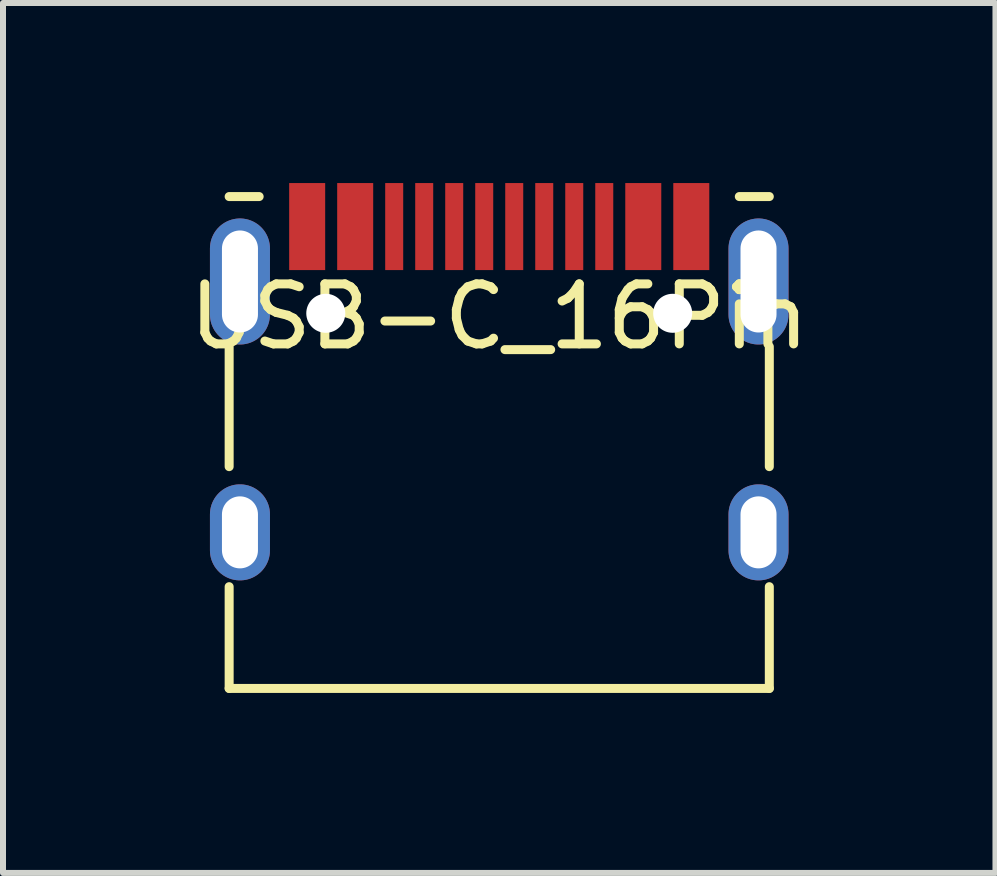
<source format=kicad_pcb>
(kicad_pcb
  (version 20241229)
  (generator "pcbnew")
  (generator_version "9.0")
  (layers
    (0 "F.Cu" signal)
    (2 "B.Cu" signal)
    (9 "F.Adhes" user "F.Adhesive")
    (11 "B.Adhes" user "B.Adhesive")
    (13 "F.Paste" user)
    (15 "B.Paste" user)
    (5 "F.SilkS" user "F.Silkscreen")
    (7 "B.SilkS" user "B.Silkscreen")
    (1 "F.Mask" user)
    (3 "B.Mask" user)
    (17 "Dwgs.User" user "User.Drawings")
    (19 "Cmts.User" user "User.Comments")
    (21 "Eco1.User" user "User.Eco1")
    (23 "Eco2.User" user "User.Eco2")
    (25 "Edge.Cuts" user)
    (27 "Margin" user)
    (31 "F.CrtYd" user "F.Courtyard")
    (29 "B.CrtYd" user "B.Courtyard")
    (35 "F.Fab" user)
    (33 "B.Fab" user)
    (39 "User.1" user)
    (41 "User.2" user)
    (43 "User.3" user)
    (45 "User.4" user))
  (footprint "USB-C_16Pin"
    (layer "F.Cu")
    (at 5.268 0.725)
    (property "Reference" "USB-C_16Pin" (at 0 1.5 0) (layer "F.SilkS") (effects (font (size 1 1) (thickness 0.15))))
    (attr through_hole)
    (fp_line (start -4.5 -0.5) (end -4 -0.5) (stroke (width 0.15) (type solid)) (layer "F.SilkS"))
    (fp_line (start -4.5 2) (end -4.5 4) (stroke (width 0.15) (type solid)) (layer "F.SilkS"))
    (fp_line (start -4.5 7.695) (end -4.5 6) (stroke (width 0.15) (type solid)) (layer "F.SilkS"))
    (fp_line (start 4 -0.5) (end 4.5 -0.5) (stroke (width 0.15) (type solid)) (layer "F.SilkS"))
    (fp_line (start 4.5 4) (end 4.5 2) (stroke (width 0.15) (type solid)) (layer "F.SilkS"))
    (fp_line (start 4.5 6) (end 4.5 7.695) (stroke (width 0.15) (type solid)) (layer "F.SilkS"))
    (fp_line (start 4.5 7.695) (end -4.5 7.695) (stroke (width 0.15) (type solid)) (layer "F.SilkS"))
    (pad "" np_thru_hole circle (at -2.89 1.445) (size 0.65 0.65) (drill 0.65) (layers "*.Cu" "*.Mask"))
    (pad "" np_thru_hole circle (at 2.89 1.445) (size 0.65 0.65) (drill 0.65) (layers "*.Cu" "*.Mask"))
    (pad "A1" smd rect (at -3.2 0) (size 0.6 1.45) (layers "F.Cu" "F.Mask" "F.Paste"))
    (pad "A4" smd rect (at -2.4 0) (size 0.6 1.45) (layers "F.Cu" "F.Mask" "F.Paste"))
    (pad "A5" smd rect (at -1.25 0) (size 0.3 1.45) (layers "F.Cu" "F.Mask" "F.Paste"))
    (pad "A6" smd rect (at -0.25 0) (size 0.3 1.45) (layers "F.Cu" "F.Mask" "F.Paste"))
    (pad "A7" smd rect (at 0.25 0) (size 0.3 1.45) (layers "F.Cu" "F.Mask" "F.Paste"))
    (pad "A8" smd rect (at 1.25 0) (size 0.3 1.45) (layers "F.Cu" "F.Mask" "F.Paste"))
    (pad "B1" smd rect (at 3.2 0) (size 0.6 1.45) (layers "F.Cu" "F.Mask" "F.Paste"))
    (pad "B4" smd rect (at 2.4 0) (size 0.6 1.45) (layers "F.Cu" "F.Mask" "F.Paste"))
    (pad "B5" smd rect (at 1.75 0) (size 0.3 1.45) (layers "F.Cu" "F.Mask" "F.Paste"))
    (pad "B6" smd rect (at 0.75 0) (size 0.3 1.45) (layers "F.Cu" "F.Mask" "F.Paste"))
    (pad "B7" smd rect (at -0.75 0) (size 0.3 1.45) (layers "F.Cu" "F.Mask" "F.Paste"))
    (pad "B8" smd rect (at -1.75 0) (size 0.3 1.45) (layers "F.Cu" "F.Mask" "F.Paste"))
    (pad "S1" thru_hole oval (at -4.32 0.915) (size 1 2.1) (drill oval 0.6 1.7) (layers "*.Cu" "*.Mask"))
    (pad "S1" thru_hole oval (at -4.32 5.095) (size 1 1.6) (drill oval 0.6 1.2) (layers "*.Cu" "*.Mask"))
    (pad "S1" thru_hole oval (at 4.32 0.915) (size 1 2.1) (drill oval 0.6 1.7) (layers "*.Cu" "*.Mask"))
    (pad "S1" thru_hole oval (at 4.32 5.095) (size 1 1.6) (drill oval 0.6 1.2) (layers "*.Cu" "*.Mask")))
  (gr_rect
    (start -3 -3)
    (end 13.536 11.495)
    (stroke (width 0.1) (type default))
    (fill no)
    (layer "Edge.Cuts")))
</source>
